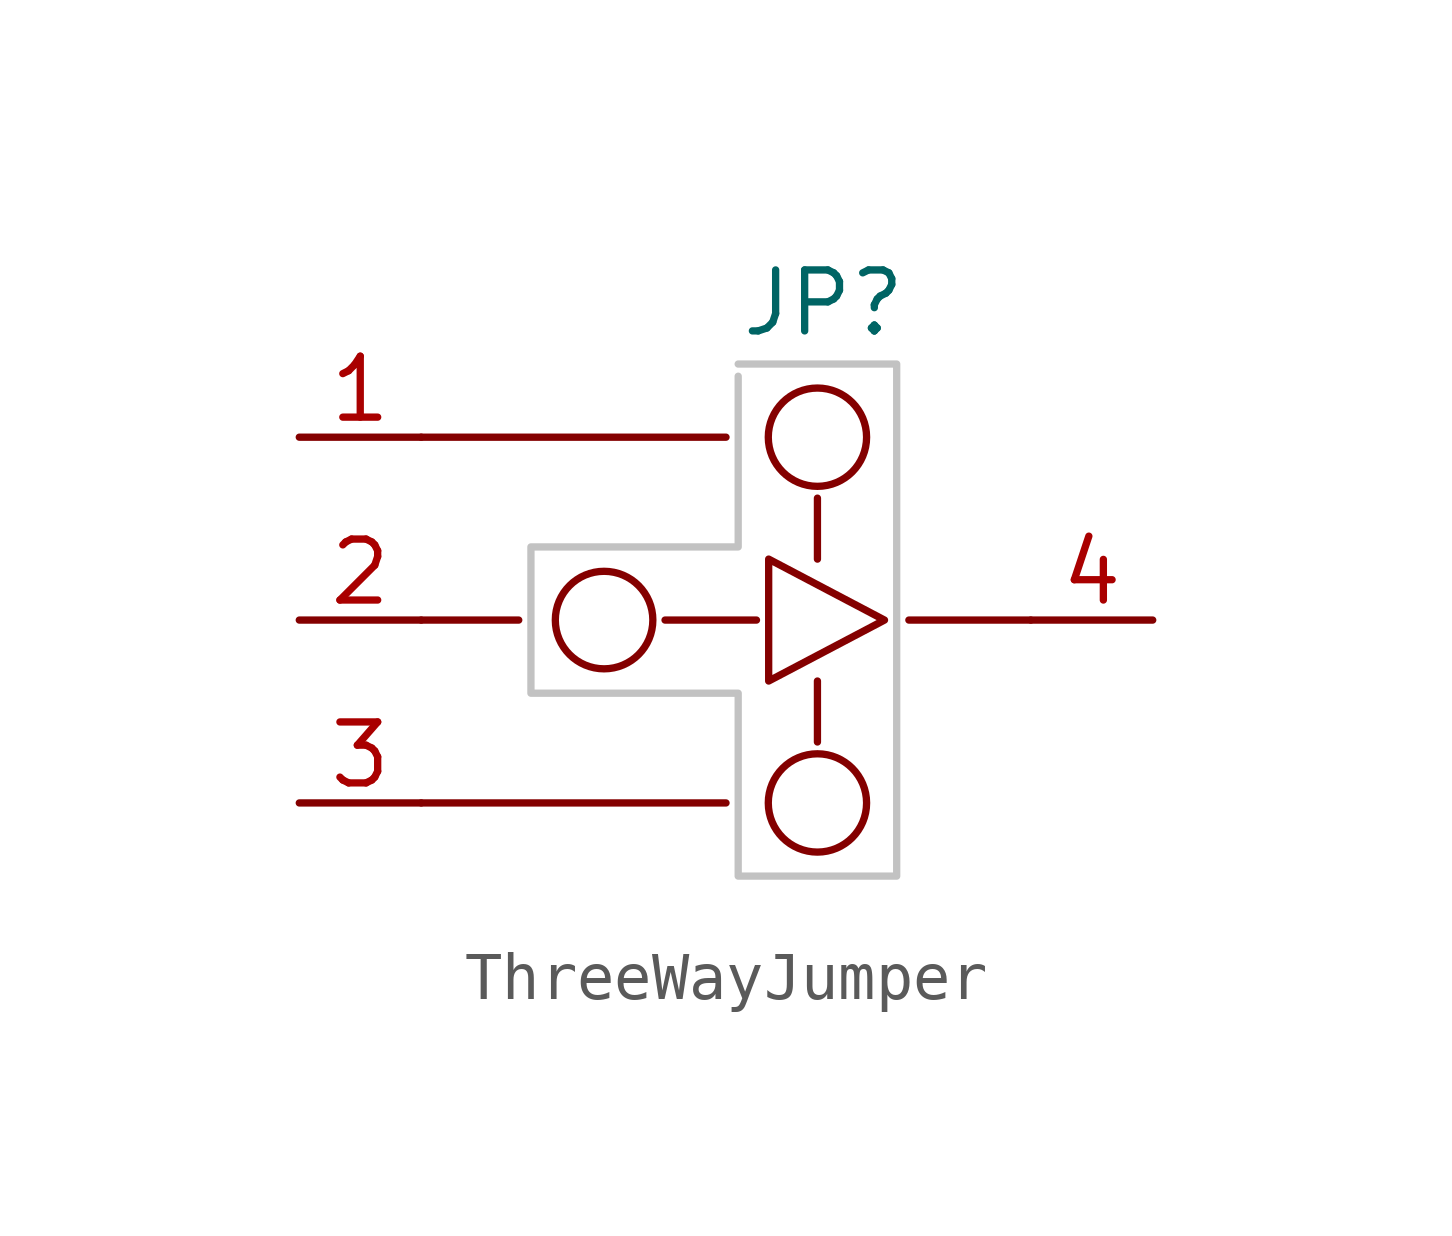
<source format=kicad_sym>
(kicad_symbol_lib
  (version 20241209)
  (generator "kicad_symbol_editor")
  (generator_version "9.0")
  (symbol "ThreeWayJumper"
    (pin_names
      (hide yes))
    (property "Reference" "JP"
      (at 2.032 6.604 0)
      (effects (font (size 1.27 1.27))))
    (property "Value" ""
      (at -4.318 7.112 0)
      (effects (font (size 1.27 1.27))))
    (symbol "ThreeWayJumper_0_1"
      (polyline (pts (xy -6.35 3.81) (xy 0 3.81)) (stroke (width 0) (type default)) (fill (type none)))
      (polyline (pts (xy -6.35 0) (xy -4.318 0)) (stroke (width 0) (type default)) (fill (type none)))
      (polyline (pts (xy -6.35 -3.81) (xy 0 -3.81)) (stroke (width 0) (type default)) (fill (type none)))
      (circle (center -2.54 0) (radius 1.016) (stroke (width 0) (type default)) (fill (type none)))
      (circle (center 1.905 3.81) (radius 1.024) (stroke (width 0) (type default)) (fill (type none)))
      (circle (center 1.905 -3.81) (radius 1.024) (stroke (width 0) (type default)) (fill (type none)))
      (polyline (pts (xy 3.81 0) (xy 6.35 0)) (stroke (width 0) (type default)) (fill (type none))))
    (symbol "ThreeWayJumper_1_1"
      (polyline (pts (xy -1.27 0) (xy 0.635 0)) (stroke (width 0) (type solid)) (fill (type none)))
      (polyline (pts (xy 0.254 5.334) (xy 3.556 5.334) (xy 3.556 -5.334) (xy 0.254 -5.334) (xy 0.254 -1.524) (xy -4.064 -1.524) (xy -4.064 1.524) (xy 0.254 1.524) (xy 0.254 5.08)) (stroke (width 0) (type default) (color 194 194 194 1)) (fill (type none)))
      (polyline (pts (xy 0.889 1.27) (xy 0.889 -1.27) (xy 3.302 0) (xy 3.302 0) (xy 0.889 1.27)) (stroke (width 0) (type default)) (fill (type none)))
      (polyline (pts (xy 1.905 1.27) (xy 1.905 2.54)) (stroke (width 0) (type solid)) (fill (type none)))
      (polyline (pts (xy 1.905 -1.27) (xy 1.905 -2.54)) (stroke (width 0) (type solid)) (fill (type none)))
      (pin passive line (at -8.89 3.81 0) (length 2.54) (name "OPT1" (effects (font (size 1.27 1.27)))) (number "1" (effects (font (size 1.27 1.27)))))
      (pin passive line (at -8.89 0 0) (length 2.54) (name "OPT2" (effects (font (size 1.27 1.27)))) (number "2" (effects (font (size 1.27 1.27)))))
      (pin passive line (at -8.89 -3.81 0) (length 2.54) (name "OPT3" (effects (font (size 1.27 1.27)))) (number "3" (effects (font (size 1.27 1.27)))))
      (pin passive line (at 8.89 0 180) (length 2.54) (name "SEL" (effects (font (size 1.27 1.27)))) (number "4" (effects (font (size 1.27 1.27))))))))
</source>
